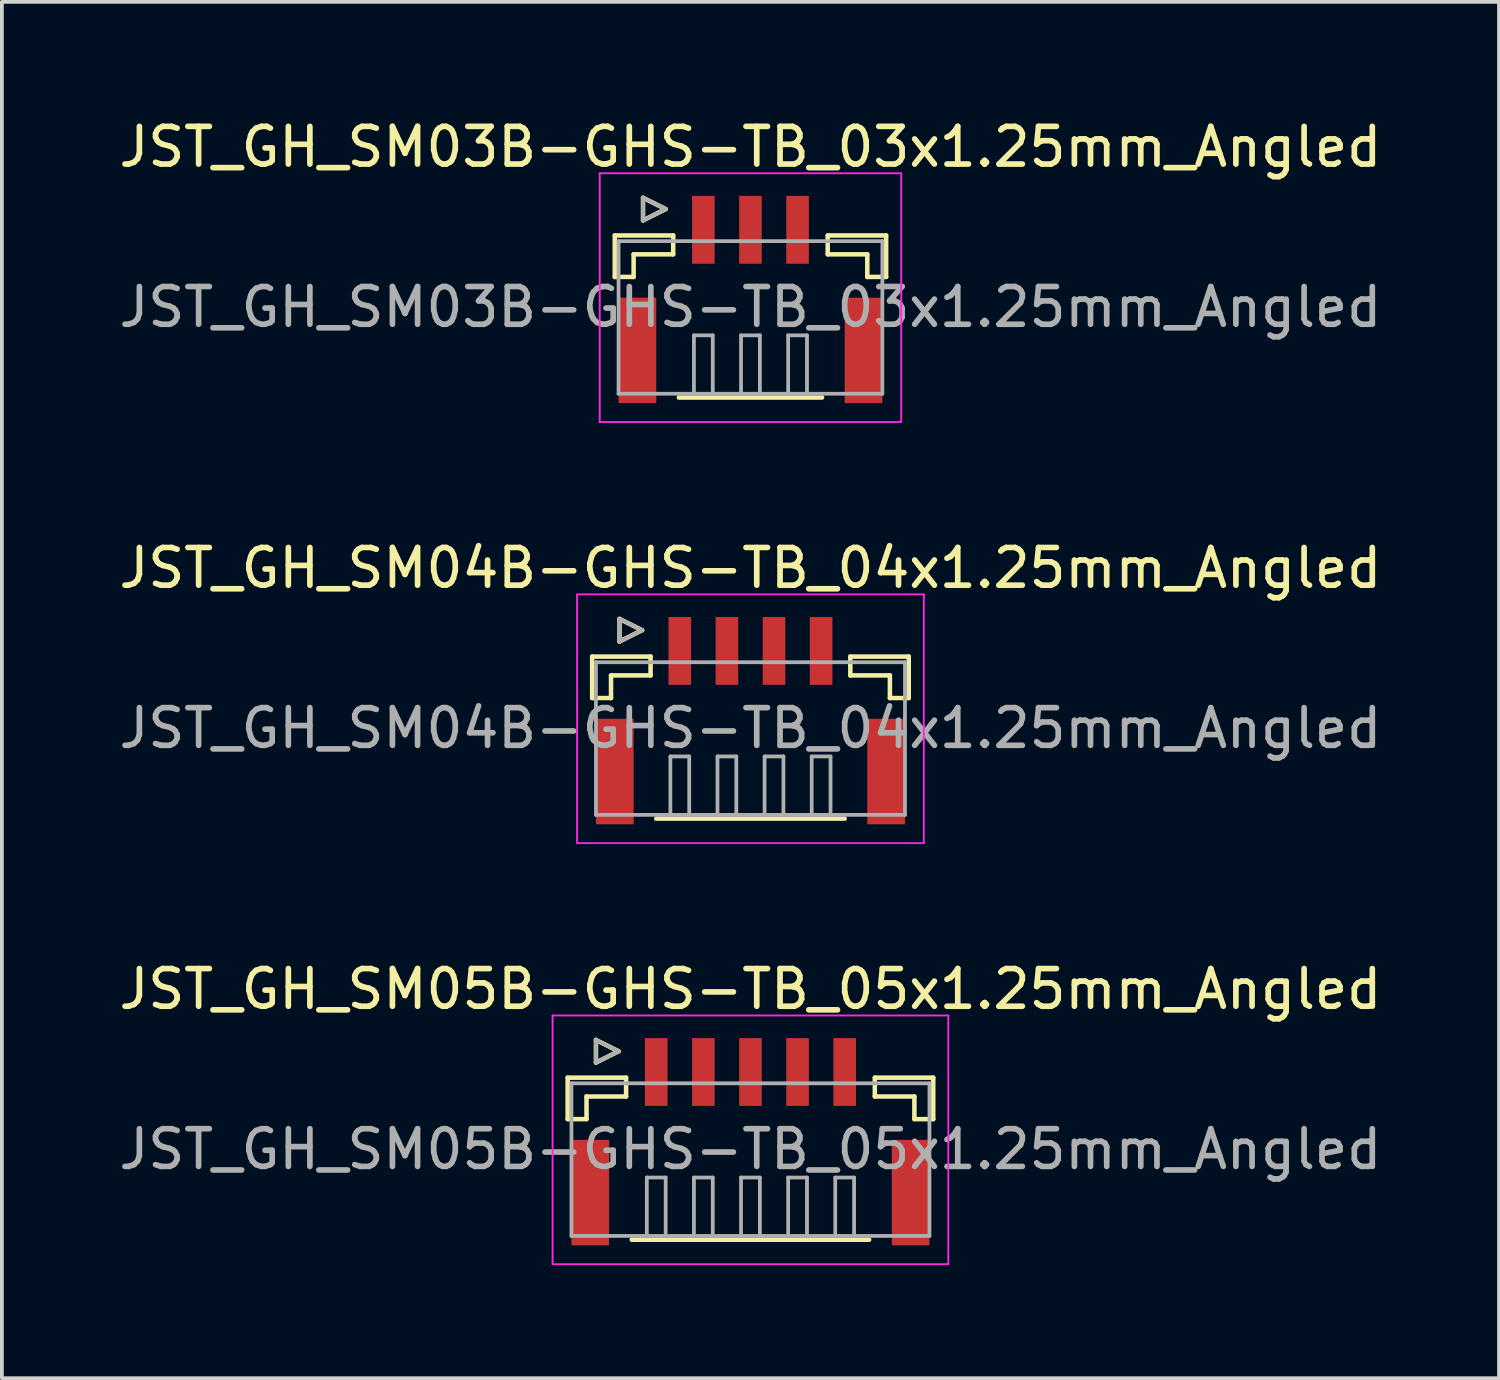
<source format=kicad_pcb>
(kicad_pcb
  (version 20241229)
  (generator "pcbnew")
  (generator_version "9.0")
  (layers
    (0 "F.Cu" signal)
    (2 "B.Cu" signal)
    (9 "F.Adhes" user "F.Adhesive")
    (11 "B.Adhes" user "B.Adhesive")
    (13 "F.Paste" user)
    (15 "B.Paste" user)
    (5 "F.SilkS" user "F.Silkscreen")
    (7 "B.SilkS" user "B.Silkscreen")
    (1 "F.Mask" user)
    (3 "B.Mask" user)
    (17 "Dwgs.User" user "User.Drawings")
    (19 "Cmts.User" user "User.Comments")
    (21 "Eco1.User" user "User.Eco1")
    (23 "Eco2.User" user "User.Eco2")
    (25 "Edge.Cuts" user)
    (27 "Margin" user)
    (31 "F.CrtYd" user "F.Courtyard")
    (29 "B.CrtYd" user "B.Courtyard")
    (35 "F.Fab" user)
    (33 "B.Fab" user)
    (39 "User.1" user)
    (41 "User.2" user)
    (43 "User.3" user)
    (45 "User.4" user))
  (footprint "JST_GH_SM05B-GHS-TB_05x1.25mm_Angled"
    (layer "F.Cu")
    (at 16.863 26.995)
    (property "Reference" "JST_GH_SM05B-GHS-TB_05x1.25mm_Angled" (at 0 -3.8 0) (layer "F.SilkS") (effects (font (size 1 1) (thickness 0.15))))
    (attr smd)
    (fp_line (start -4.85 -1.45) (end -3.3 -1.45) (stroke (width 0.12) (type solid)) (layer "F.SilkS"))
    (fp_line (start -4.85 -0.35) (end -4.85 -1.45) (stroke (width 0.12) (type solid)) (layer "F.SilkS"))
    (fp_line (start -4.35 -0.95) (end -4.35 -0.35) (stroke (width 0.12) (type solid)) (layer "F.SilkS"))
    (fp_line (start -4.35 -0.35) (end -4.85 -0.35) (stroke (width 0.12) (type solid)) (layer "F.SilkS"))
    (fp_line (start -4.1 -2.45) (end -4.1 -1.85) (stroke (width 0.12) (type solid)) (layer "F.SilkS"))
    (fp_line (start -4.1 -1.85) (end -3.5 -2.15) (stroke (width 0.12) (type solid)) (layer "F.SilkS"))
    (fp_line (start -3.5 -2.15) (end -4.1 -2.45) (stroke (width 0.12) (type solid)) (layer "F.SilkS"))
    (fp_line (start -3.3 -1.45) (end -3.3 -0.95) (stroke (width 0.12) (type solid)) (layer "F.SilkS"))
    (fp_line (start -3.3 -0.95) (end -4.35 -0.95) (stroke (width 0.12) (type solid)) (layer "F.SilkS"))
    (fp_line (start -3.15 2.85) (end 3.15 2.85) (stroke (width 0.12) (type solid)) (layer "F.SilkS"))
    (fp_line (start 3.3 -1.45) (end 3.3 -0.95) (stroke (width 0.12) (type solid)) (layer "F.SilkS"))
    (fp_line (start 3.3 -0.95) (end 4.35 -0.95) (stroke (width 0.12) (type solid)) (layer "F.SilkS"))
    (fp_line (start 4.35 -0.95) (end 4.35 -0.35) (stroke (width 0.12) (type solid)) (layer "F.SilkS"))
    (fp_line (start 4.35 -0.35) (end 4.85 -0.35) (stroke (width 0.12) (type solid)) (layer "F.SilkS"))
    (fp_line (start 4.85 -1.45) (end 3.3 -1.45) (stroke (width 0.12) (type solid)) (layer "F.SilkS"))
    (fp_line (start 4.85 -0.35) (end 4.85 -1.45) (stroke (width 0.12) (type solid)) (layer "F.SilkS"))
    (fp_line (start -5.25 -3.1) (end -5.25 3.5) (stroke (width 0.05) (type solid)) (layer "F.CrtYd"))
    (fp_line (start -5.25 3.5) (end 5.25 3.5) (stroke (width 0.05) (type solid)) (layer "F.CrtYd"))
    (fp_line (start 5.25 -3.1) (end -5.25 -3.1) (stroke (width 0.05) (type solid)) (layer "F.CrtYd"))
    (fp_line (start 5.25 3.5) (end 5.25 -3.1) (stroke (width 0.05) (type solid)) (layer "F.CrtYd"))
    (fp_line (start -4.75 -1.3) (end -4.75 2.75) (stroke (width 0.1) (type solid)) (layer "F.Fab"))
    (fp_line (start -4.75 2.75) (end 4.75 2.75) (stroke (width 0.1) (type solid)) (layer "F.Fab"))
    (fp_line (start -4.1 -2.45) (end -4.1 -1.85) (stroke (width 0.1) (type solid)) (layer "F.Fab"))
    (fp_line (start -4.1 -1.85) (end -3.5 -2.15) (stroke (width 0.1) (type solid)) (layer "F.Fab"))
    (fp_line (start -3.5 -2.15) (end -4.1 -2.45) (stroke (width 0.1) (type solid)) (layer "F.Fab"))
    (fp_line (start -2.75 1.2) (end -2.25 1.2) (stroke (width 0.1) (type solid)) (layer "F.Fab"))
    (fp_line (start -2.75 2.7) (end -2.75 1.2) (stroke (width 0.1) (type solid)) (layer "F.Fab"))
    (fp_line (start -2.25 1.2) (end -2.25 2.7) (stroke (width 0.1) (type solid)) (layer "F.Fab"))
    (fp_line (start -1.5 1.2) (end -1 1.2) (stroke (width 0.1) (type solid)) (layer "F.Fab"))
    (fp_line (start -1.5 2.7) (end -1.5 1.2) (stroke (width 0.1) (type solid)) (layer "F.Fab"))
    (fp_line (start -1 1.2) (end -1 2.7) (stroke (width 0.1) (type solid)) (layer "F.Fab"))
    (fp_line (start -0.25 1.2) (end 0.25 1.2) (stroke (width 0.1) (type solid)) (layer "F.Fab"))
    (fp_line (start -0.25 2.7) (end -0.25 1.2) (stroke (width 0.1) (type solid)) (layer "F.Fab"))
    (fp_line (start 0.25 1.2) (end 0.25 2.7) (stroke (width 0.1) (type solid)) (layer "F.Fab"))
    (fp_line (start 1 1.2) (end 1.5 1.2) (stroke (width 0.1) (type solid)) (layer "F.Fab"))
    (fp_line (start 1 2.7) (end 1 1.2) (stroke (width 0.1) (type solid)) (layer "F.Fab"))
    (fp_line (start 1.5 1.2) (end 1.5 2.7) (stroke (width 0.1) (type solid)) (layer "F.Fab"))
    (fp_line (start 2.25 1.2) (end 2.75 1.2) (stroke (width 0.1) (type solid)) (layer "F.Fab"))
    (fp_line (start 2.25 2.7) (end 2.25 1.2) (stroke (width 0.1) (type solid)) (layer "F.Fab"))
    (fp_line (start 2.75 1.2) (end 2.75 2.7) (stroke (width 0.1) (type solid)) (layer "F.Fab"))
    (fp_line (start 4.75 -1.3) (end -4.75 -1.3) (stroke (width 0.1) (type solid)) (layer "F.Fab"))
    (fp_line (start 4.75 2.75) (end 4.75 -1.3) (stroke (width 0.1) (type solid)) (layer "F.Fab"))
    (fp_text user "${REFERENCE}" (at 0 0.45 0) (layer "F.Fab") (effects (font (size 1 1) (thickness 0.15))))
    (pad "" smd rect (at -4.25 1.6) (size 1 2.8) (layers "F.Cu" "F.Mask" "F.Paste"))
    (pad "" smd rect (at 4.25 1.6) (size 1 2.8) (layers "F.Cu" "F.Mask" "F.Paste"))
    (pad "1" smd rect (at -2.5 -1.6) (size 0.6 1.8) (layers "F.Cu" "F.Mask" "F.Paste"))
    (pad "2" smd rect (at -1.25 -1.6) (size 0.6 1.8) (layers "F.Cu" "F.Mask" "F.Paste"))
    (pad "3" smd rect (at 0 -1.6) (size 0.6 1.8) (layers "F.Cu" "F.Mask" "F.Paste"))
    (pad "4" smd rect (at 1.25 -1.6) (size 0.6 1.8) (layers "F.Cu" "F.Mask" "F.Paste"))
    (pad "5" smd rect (at 2.5 -1.6) (size 0.6 1.8) (layers "F.Cu" "F.Mask" "F.Paste")))
  (footprint "JST_GH_SM03B-GHS-TB_03x1.25mm_Angled"
    (layer "F.Cu")
    (at 16.863 4.648)
    (property "Reference" "JST_GH_SM03B-GHS-TB_03x1.25mm_Angled" (at 0 -3.8 0) (layer "F.SilkS") (effects (font (size 1 1) (thickness 0.15))))
    (attr smd)
    (fp_line (start -3.6 -1.45) (end -2.05 -1.45) (stroke (width 0.12) (type solid)) (layer "F.SilkS"))
    (fp_line (start -3.6 -0.35) (end -3.6 -1.45) (stroke (width 0.12) (type solid)) (layer "F.SilkS"))
    (fp_line (start -3.1 -0.95) (end -3.1 -0.35) (stroke (width 0.12) (type solid)) (layer "F.SilkS"))
    (fp_line (start -3.1 -0.35) (end -3.6 -0.35) (stroke (width 0.12) (type solid)) (layer "F.SilkS"))
    (fp_line (start -2.85 -2.45) (end -2.85 -1.85) (stroke (width 0.12) (type solid)) (layer "F.SilkS"))
    (fp_line (start -2.85 -1.85) (end -2.25 -2.15) (stroke (width 0.12) (type solid)) (layer "F.SilkS"))
    (fp_line (start -2.25 -2.15) (end -2.85 -2.45) (stroke (width 0.12) (type solid)) (layer "F.SilkS"))
    (fp_line (start -2.05 -1.45) (end -2.05 -0.95) (stroke (width 0.12) (type solid)) (layer "F.SilkS"))
    (fp_line (start -2.05 -0.95) (end -3.1 -0.95) (stroke (width 0.12) (type solid)) (layer "F.SilkS"))
    (fp_line (start -1.9 2.85) (end 1.9 2.85) (stroke (width 0.12) (type solid)) (layer "F.SilkS"))
    (fp_line (start 2.05 -1.45) (end 2.05 -0.95) (stroke (width 0.12) (type solid)) (layer "F.SilkS"))
    (fp_line (start 2.05 -0.95) (end 3.1 -0.95) (stroke (width 0.12) (type solid)) (layer "F.SilkS"))
    (fp_line (start 3.1 -0.95) (end 3.1 -0.35) (stroke (width 0.12) (type solid)) (layer "F.SilkS"))
    (fp_line (start 3.1 -0.35) (end 3.6 -0.35) (stroke (width 0.12) (type solid)) (layer "F.SilkS"))
    (fp_line (start 3.6 -1.45) (end 2.05 -1.45) (stroke (width 0.12) (type solid)) (layer "F.SilkS"))
    (fp_line (start 3.6 -0.35) (end 3.6 -1.45) (stroke (width 0.12) (type solid)) (layer "F.SilkS"))
    (fp_line (start -4 -3.1) (end -4 3.5) (stroke (width 0.05) (type solid)) (layer "F.CrtYd"))
    (fp_line (start -4 3.5) (end 4 3.5) (stroke (width 0.05) (type solid)) (layer "F.CrtYd"))
    (fp_line (start 4 -3.1) (end -4 -3.1) (stroke (width 0.05) (type solid)) (layer "F.CrtYd"))
    (fp_line (start 4 3.5) (end 4 -3.1) (stroke (width 0.05) (type solid)) (layer "F.CrtYd"))
    (fp_line (start -3.5 -1.3) (end -3.5 2.75) (stroke (width 0.1) (type solid)) (layer "F.Fab"))
    (fp_line (start -3.5 2.75) (end 3.5 2.75) (stroke (width 0.1) (type solid)) (layer "F.Fab"))
    (fp_line (start -2.85 -2.45) (end -2.85 -1.85) (stroke (width 0.1) (type solid)) (layer "F.Fab"))
    (fp_line (start -2.85 -1.85) (end -2.25 -2.15) (stroke (width 0.1) (type solid)) (layer "F.Fab"))
    (fp_line (start -2.25 -2.15) (end -2.85 -2.45) (stroke (width 0.1) (type solid)) (layer "F.Fab"))
    (fp_line (start -1.5 1.2) (end -1 1.2) (stroke (width 0.1) (type solid)) (layer "F.Fab"))
    (fp_line (start -1.5 2.7) (end -1.5 1.2) (stroke (width 0.1) (type solid)) (layer "F.Fab"))
    (fp_line (start -1 1.2) (end -1 2.7) (stroke (width 0.1) (type solid)) (layer "F.Fab"))
    (fp_line (start -0.25 1.2) (end 0.25 1.2) (stroke (width 0.1) (type solid)) (layer "F.Fab"))
    (fp_line (start -0.25 2.7) (end -0.25 1.2) (stroke (width 0.1) (type solid)) (layer "F.Fab"))
    (fp_line (start 0.25 1.2) (end 0.25 2.7) (stroke (width 0.1) (type solid)) (layer "F.Fab"))
    (fp_line (start 1 1.2) (end 1.5 1.2) (stroke (width 0.1) (type solid)) (layer "F.Fab"))
    (fp_line (start 1 2.7) (end 1 1.2) (stroke (width 0.1) (type solid)) (layer "F.Fab"))
    (fp_line (start 1.5 1.2) (end 1.5 2.7) (stroke (width 0.1) (type solid)) (layer "F.Fab"))
    (fp_line (start 3.5 -1.3) (end -3.5 -1.3) (stroke (width 0.1) (type solid)) (layer "F.Fab"))
    (fp_line (start 3.5 2.75) (end 3.5 -1.3) (stroke (width 0.1) (type solid)) (layer "F.Fab"))
    (fp_text user "${REFERENCE}" (at 0 0.45 0) (layer "F.Fab") (effects (font (size 1 1) (thickness 0.15))))
    (pad "" smd rect (at -3 1.6) (size 1 2.8) (layers "F.Cu" "F.Mask" "F.Paste"))
    (pad "" smd rect (at 3 1.6) (size 1 2.8) (layers "F.Cu" "F.Mask" "F.Paste"))
    (pad "1" smd rect (at -1.25 -1.6) (size 0.6 1.8) (layers "F.Cu" "F.Mask" "F.Paste"))
    (pad "2" smd rect (at 0 -1.6) (size 0.6 1.8) (layers "F.Cu" "F.Mask" "F.Paste"))
    (pad "3" smd rect (at 1.25 -1.6) (size 0.6 1.8) (layers "F.Cu" "F.Mask" "F.Paste")))
  (footprint "JST_GH_SM04B-GHS-TB_04x1.25mm_Angled"
    (layer "F.Cu")
    (at 16.863 15.822)
    (property "Reference" "JST_GH_SM04B-GHS-TB_04x1.25mm_Angled" (at 0 -3.8 0) (layer "F.SilkS") (effects (font (size 1 1) (thickness 0.15))))
    (attr smd)
    (fp_line (start -4.2 -1.45) (end -2.65 -1.45) (stroke (width 0.12) (type solid)) (layer "F.SilkS"))
    (fp_line (start -4.2 -0.35) (end -4.2 -1.45) (stroke (width 0.12) (type solid)) (layer "F.SilkS"))
    (fp_line (start -3.7 -0.95) (end -3.7 -0.35) (stroke (width 0.12) (type solid)) (layer "F.SilkS"))
    (fp_line (start -3.7 -0.35) (end -4.2 -0.35) (stroke (width 0.12) (type solid)) (layer "F.SilkS"))
    (fp_line (start -3.475 -2.45) (end -3.475 -1.85) (stroke (width 0.12) (type solid)) (layer "F.SilkS"))
    (fp_line (start -3.475 -1.85) (end -2.875 -2.15) (stroke (width 0.12) (type solid)) (layer "F.SilkS"))
    (fp_line (start -2.875 -2.15) (end -3.475 -2.45) (stroke (width 0.12) (type solid)) (layer "F.SilkS"))
    (fp_line (start -2.65 -1.45) (end -2.65 -0.95) (stroke (width 0.12) (type solid)) (layer "F.SilkS"))
    (fp_line (start -2.65 -0.95) (end -3.7 -0.95) (stroke (width 0.12) (type solid)) (layer "F.SilkS"))
    (fp_line (start -2.5 2.85) (end 2.5 2.85) (stroke (width 0.12) (type solid)) (layer "F.SilkS"))
    (fp_line (start 2.65 -1.45) (end 2.65 -0.95) (stroke (width 0.12) (type solid)) (layer "F.SilkS"))
    (fp_line (start 2.65 -0.95) (end 3.7 -0.95) (stroke (width 0.12) (type solid)) (layer "F.SilkS"))
    (fp_line (start 3.7 -0.95) (end 3.7 -0.35) (stroke (width 0.12) (type solid)) (layer "F.SilkS"))
    (fp_line (start 3.7 -0.35) (end 4.2 -0.35) (stroke (width 0.12) (type solid)) (layer "F.SilkS"))
    (fp_line (start 4.2 -1.45) (end 2.65 -1.45) (stroke (width 0.12) (type solid)) (layer "F.SilkS"))
    (fp_line (start 4.2 -0.35) (end 4.2 -1.45) (stroke (width 0.12) (type solid)) (layer "F.SilkS"))
    (fp_line (start -4.6 -3.1) (end -4.6 3.5) (stroke (width 0.05) (type solid)) (layer "F.CrtYd"))
    (fp_line (start -4.6 3.5) (end 4.6 3.5) (stroke (width 0.05) (type solid)) (layer "F.CrtYd"))
    (fp_line (start 4.6 -3.1) (end -4.6 -3.1) (stroke (width 0.05) (type solid)) (layer "F.CrtYd"))
    (fp_line (start 4.6 3.5) (end 4.6 -3.1) (stroke (width 0.05) (type solid)) (layer "F.CrtYd"))
    (fp_line (start -4.1 -1.3) (end -4.1 2.75) (stroke (width 0.1) (type solid)) (layer "F.Fab"))
    (fp_line (start -4.1 2.75) (end 4.1 2.75) (stroke (width 0.1) (type solid)) (layer "F.Fab"))
    (fp_line (start -3.475 -2.45) (end -3.475 -1.85) (stroke (width 0.1) (type solid)) (layer "F.Fab"))
    (fp_line (start -3.475 -1.85) (end -2.875 -2.15) (stroke (width 0.1) (type solid)) (layer "F.Fab"))
    (fp_line (start -2.875 -2.15) (end -3.475 -2.45) (stroke (width 0.1) (type solid)) (layer "F.Fab"))
    (fp_line (start -2.125 1.2) (end -1.625 1.2) (stroke (width 0.1) (type solid)) (layer "F.Fab"))
    (fp_line (start -2.125 2.7) (end -2.125 1.2) (stroke (width 0.1) (type solid)) (layer "F.Fab"))
    (fp_line (start -1.625 1.2) (end -1.625 2.7) (stroke (width 0.1) (type solid)) (layer "F.Fab"))
    (fp_line (start -0.875 1.2) (end -0.375 1.2) (stroke (width 0.1) (type solid)) (layer "F.Fab"))
    (fp_line (start -0.875 2.7) (end -0.875 1.2) (stroke (width 0.1) (type solid)) (layer "F.Fab"))
    (fp_line (start -0.375 1.2) (end -0.375 2.7) (stroke (width 0.1) (type solid)) (layer "F.Fab"))
    (fp_line (start 0.375 1.2) (end 0.875 1.2) (stroke (width 0.1) (type solid)) (layer "F.Fab"))
    (fp_line (start 0.375 2.7) (end 0.375 1.2) (stroke (width 0.1) (type solid)) (layer "F.Fab"))
    (fp_line (start 0.875 1.2) (end 0.875 2.7) (stroke (width 0.1) (type solid)) (layer "F.Fab"))
    (fp_line (start 1.625 1.2) (end 2.125 1.2) (stroke (width 0.1) (type solid)) (layer "F.Fab"))
    (fp_line (start 1.625 2.7) (end 1.625 1.2) (stroke (width 0.1) (type solid)) (layer "F.Fab"))
    (fp_line (start 2.125 1.2) (end 2.125 2.7) (stroke (width 0.1) (type solid)) (layer "F.Fab"))
    (fp_line (start 4.1 -1.3) (end -4.1 -1.3) (stroke (width 0.1) (type solid)) (layer "F.Fab"))
    (fp_line (start 4.1 2.75) (end 4.1 -1.3) (stroke (width 0.1) (type solid)) (layer "F.Fab"))
    (fp_text user "${REFERENCE}" (at 0 0.45 0) (layer "F.Fab") (effects (font (size 1 1) (thickness 0.15))))
    (pad "" smd rect (at -3.6 1.6) (size 1 2.8) (layers "F.Cu" "F.Mask" "F.Paste"))
    (pad "" smd rect (at 3.6 1.6) (size 1 2.8) (layers "F.Cu" "F.Mask" "F.Paste"))
    (pad "1" smd rect (at -1.875 -1.6) (size 0.6 1.8) (layers "F.Cu" "F.Mask" "F.Paste"))
    (pad "2" smd rect (at -0.625 -1.6) (size 0.6 1.8) (layers "F.Cu" "F.Mask" "F.Paste"))
    (pad "3" smd rect (at 0.625 -1.6) (size 0.6 1.8) (layers "F.Cu" "F.Mask" "F.Paste"))
    (pad "4" smd rect (at 1.875 -1.6) (size 0.6 1.8) (layers "F.Cu" "F.Mask" "F.Paste")))
  (gr_rect
    (start -3 -3)
    (end 36.726 33.52)
    (stroke (width 0.1) (type default))
    (fill no)
    (layer "Edge.Cuts")))
</source>
